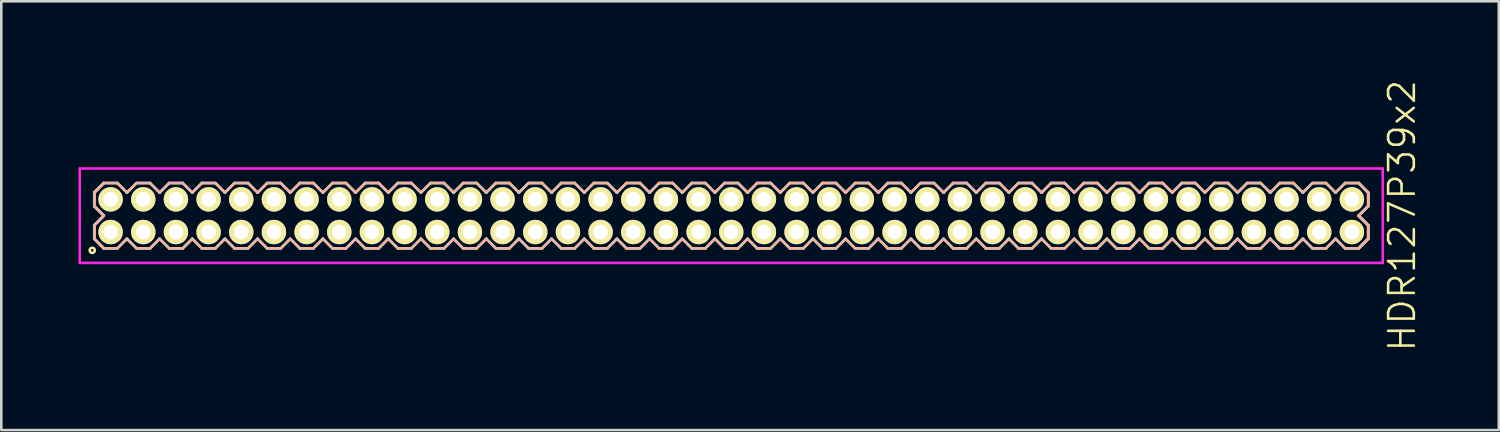
<source format=kicad_pcb>
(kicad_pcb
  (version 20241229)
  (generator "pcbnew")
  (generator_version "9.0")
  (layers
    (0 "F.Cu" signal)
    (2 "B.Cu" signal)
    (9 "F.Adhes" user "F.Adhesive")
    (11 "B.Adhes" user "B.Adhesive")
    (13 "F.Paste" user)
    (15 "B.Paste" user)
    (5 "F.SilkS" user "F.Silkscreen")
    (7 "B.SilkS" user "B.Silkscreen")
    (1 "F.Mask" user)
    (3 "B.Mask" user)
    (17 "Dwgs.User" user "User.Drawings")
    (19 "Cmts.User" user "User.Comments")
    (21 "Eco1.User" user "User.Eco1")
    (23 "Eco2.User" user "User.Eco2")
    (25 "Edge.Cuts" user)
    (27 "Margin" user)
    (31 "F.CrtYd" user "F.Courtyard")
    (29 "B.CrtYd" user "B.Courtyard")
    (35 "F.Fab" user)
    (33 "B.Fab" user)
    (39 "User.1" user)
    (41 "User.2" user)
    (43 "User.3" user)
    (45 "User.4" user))
  (footprint "HDR127P39x2"
    (layer "F.Cu")
    (at 25.38 5.336)
    (property "Reference" "HDR127P39x2" (at 26.08 0 90) (layer "F.SilkS") (effects (font (size 1 1) (thickness 0.1))))
    (attr through_hole)
    (fp_line (start -24.765 -0.898) (end -24.393 -1.27) (stroke (width 0.1) (type solid)) (layer "F.SilkS"))
    (fp_line (start -24.765 -0.898) (end -24.393 -1.27) (stroke (width 0.1) (type solid)) (layer "F.SilkS"))
    (fp_line (start -24.765 -0.372) (end -24.765 -0.898) (stroke (width 0.1) (type solid)) (layer "F.SilkS"))
    (fp_line (start -24.765 -0.372) (end -24.765 -0.898) (stroke (width 0.1) (type solid)) (layer "F.SilkS"))
    (fp_line (start -24.765 0.372) (end -24.393 0) (stroke (width 0.1) (type solid)) (layer "F.SilkS"))
    (fp_line (start -24.765 0.372) (end -24.393 0) (stroke (width 0.1) (type solid)) (layer "F.SilkS"))
    (fp_line (start -24.765 0.898) (end -24.765 0.372) (stroke (width 0.1) (type solid)) (layer "F.SilkS"))
    (fp_line (start -24.765 0.898) (end -24.765 0.372) (stroke (width 0.1) (type solid)) (layer "F.SilkS"))
    (fp_line (start -24.393 -1.27) (end -23.867 -1.27) (stroke (width 0.1) (type solid)) (layer "F.SilkS"))
    (fp_line (start -24.393 0) (end -24.765 -0.372) (stroke (width 0.1) (type solid)) (layer "F.SilkS"))
    (fp_line (start -24.393 0) (end -24.765 -0.372) (stroke (width 0.1) (type solid)) (layer "F.SilkS"))
    (fp_line (start -24.393 1.27) (end -24.765 0.898) (stroke (width 0.1) (type solid)) (layer "F.SilkS"))
    (fp_line (start -24.393 1.27) (end -24.765 0.898) (stroke (width 0.1) (type solid)) (layer "F.SilkS"))
    (fp_line (start -23.867 -1.27) (end -23.495 -0.898) (stroke (width 0.1) (type solid)) (layer "F.SilkS"))
    (fp_line (start -23.867 1.27) (end -24.393 1.27) (stroke (width 0.1) (type solid)) (layer "F.SilkS"))
    (fp_line (start -23.495 -0.898) (end -23.123 -1.27) (stroke (width 0.1) (type solid)) (layer "F.SilkS"))
    (fp_line (start -23.495 0.898) (end -23.867 1.27) (stroke (width 0.1) (type solid)) (layer "F.SilkS"))
    (fp_line (start -23.123 -1.27) (end -22.597 -1.27) (stroke (width 0.1) (type solid)) (layer "F.SilkS"))
    (fp_line (start -23.123 1.27) (end -23.495 0.898) (stroke (width 0.1) (type solid)) (layer "F.SilkS"))
    (fp_line (start -22.597 -1.27) (end -22.225 -0.898) (stroke (width 0.1) (type solid)) (layer "F.SilkS"))
    (fp_line (start -22.597 1.27) (end -23.123 1.27) (stroke (width 0.1) (type solid)) (layer "F.SilkS"))
    (fp_line (start -22.225 -0.898) (end -21.853 -1.27) (stroke (width 0.1) (type solid)) (layer "F.SilkS"))
    (fp_line (start -22.225 0.898) (end -22.597 1.27) (stroke (width 0.1) (type solid)) (layer "F.SilkS"))
    (fp_line (start -21.853 -1.27) (end -21.327 -1.27) (stroke (width 0.1) (type solid)) (layer "F.SilkS"))
    (fp_line (start -21.853 1.27) (end -22.225 0.898) (stroke (width 0.1) (type solid)) (layer "F.SilkS"))
    (fp_line (start -21.327 -1.27) (end -20.955 -0.898) (stroke (width 0.1) (type solid)) (layer "F.SilkS"))
    (fp_line (start -21.327 1.27) (end -21.853 1.27) (stroke (width 0.1) (type solid)) (layer "F.SilkS"))
    (fp_line (start -20.955 -0.898) (end -20.583 -1.27) (stroke (width 0.1) (type solid)) (layer "F.SilkS"))
    (fp_line (start -20.955 0.898) (end -21.327 1.27) (stroke (width 0.1) (type solid)) (layer "F.SilkS"))
    (fp_line (start -20.583 -1.27) (end -20.057 -1.27) (stroke (width 0.1) (type solid)) (layer "F.SilkS"))
    (fp_line (start -20.583 1.27) (end -20.955 0.898) (stroke (width 0.1) (type solid)) (layer "F.SilkS"))
    (fp_line (start -20.057 -1.27) (end -19.685 -0.898) (stroke (width 0.1) (type solid)) (layer "F.SilkS"))
    (fp_line (start -20.057 1.27) (end -20.583 1.27) (stroke (width 0.1) (type solid)) (layer "F.SilkS"))
    (fp_line (start -19.685 -0.898) (end -19.313 -1.27) (stroke (width 0.1) (type solid)) (layer "F.SilkS"))
    (fp_line (start -19.685 0.898) (end -20.057 1.27) (stroke (width 0.1) (type solid)) (layer "F.SilkS"))
    (fp_line (start -19.313 -1.27) (end -18.787 -1.27) (stroke (width 0.1) (type solid)) (layer "F.SilkS"))
    (fp_line (start -19.313 1.27) (end -19.685 0.898) (stroke (width 0.1) (type solid)) (layer "F.SilkS"))
    (fp_line (start -18.787 -1.27) (end -18.415 -0.898) (stroke (width 0.1) (type solid)) (layer "F.SilkS"))
    (fp_line (start -18.787 1.27) (end -19.313 1.27) (stroke (width 0.1) (type solid)) (layer "F.SilkS"))
    (fp_line (start -18.415 -0.898) (end -18.043 -1.27) (stroke (width 0.1) (type solid)) (layer "F.SilkS"))
    (fp_line (start -18.415 0.898) (end -18.787 1.27) (stroke (width 0.1) (type solid)) (layer "F.SilkS"))
    (fp_line (start -18.043 -1.27) (end -17.517 -1.27) (stroke (width 0.1) (type solid)) (layer "F.SilkS"))
    (fp_line (start -18.043 1.27) (end -18.415 0.898) (stroke (width 0.1) (type solid)) (layer "F.SilkS"))
    (fp_line (start -17.517 -1.27) (end -17.145 -0.898) (stroke (width 0.1) (type solid)) (layer "F.SilkS"))
    (fp_line (start -17.517 1.27) (end -18.043 1.27) (stroke (width 0.1) (type solid)) (layer "F.SilkS"))
    (fp_line (start -17.145 -0.898) (end -16.773 -1.27) (stroke (width 0.1) (type solid)) (layer "F.SilkS"))
    (fp_line (start -17.145 0.898) (end -17.517 1.27) (stroke (width 0.1) (type solid)) (layer "F.SilkS"))
    (fp_line (start -16.773 -1.27) (end -16.247 -1.27) (stroke (width 0.1) (type solid)) (layer "F.SilkS"))
    (fp_line (start -16.773 1.27) (end -17.145 0.898) (stroke (width 0.1) (type solid)) (layer "F.SilkS"))
    (fp_line (start -16.247 -1.27) (end -15.875 -0.898) (stroke (width 0.1) (type solid)) (layer "F.SilkS"))
    (fp_line (start -16.247 1.27) (end -16.773 1.27) (stroke (width 0.1) (type solid)) (layer "F.SilkS"))
    (fp_line (start -15.875 -0.898) (end -15.503 -1.27) (stroke (width 0.1) (type solid)) (layer "F.SilkS"))
    (fp_line (start -15.875 0.898) (end -16.247 1.27) (stroke (width 0.1) (type solid)) (layer "F.SilkS"))
    (fp_line (start -15.503 -1.27) (end -14.977 -1.27) (stroke (width 0.1) (type solid)) (layer "F.SilkS"))
    (fp_line (start -15.503 1.27) (end -15.875 0.898) (stroke (width 0.1) (type solid)) (layer "F.SilkS"))
    (fp_line (start -14.977 -1.27) (end -14.605 -0.898) (stroke (width 0.1) (type solid)) (layer "F.SilkS"))
    (fp_line (start -14.977 1.27) (end -15.503 1.27) (stroke (width 0.1) (type solid)) (layer "F.SilkS"))
    (fp_line (start -14.605 -0.898) (end -14.233 -1.27) (stroke (width 0.1) (type solid)) (layer "F.SilkS"))
    (fp_line (start -14.605 0.898) (end -14.977 1.27) (stroke (width 0.1) (type solid)) (layer "F.SilkS"))
    (fp_line (start -14.233 -1.27) (end -13.707 -1.27) (stroke (width 0.1) (type solid)) (layer "F.SilkS"))
    (fp_line (start -14.233 1.27) (end -14.605 0.898) (stroke (width 0.1) (type solid)) (layer "F.SilkS"))
    (fp_line (start -13.707 -1.27) (end -13.335 -0.898) (stroke (width 0.1) (type solid)) (layer "F.SilkS"))
    (fp_line (start -13.707 1.27) (end -14.233 1.27) (stroke (width 0.1) (type solid)) (layer "F.SilkS"))
    (fp_line (start -13.335 -0.898) (end -12.963 -1.27) (stroke (width 0.1) (type solid)) (layer "F.SilkS"))
    (fp_line (start -13.335 0.898) (end -13.707 1.27) (stroke (width 0.1) (type solid)) (layer "F.SilkS"))
    (fp_line (start -12.963 -1.27) (end -12.437 -1.27) (stroke (width 0.1) (type solid)) (layer "F.SilkS"))
    (fp_line (start -12.963 1.27) (end -13.335 0.898) (stroke (width 0.1) (type solid)) (layer "F.SilkS"))
    (fp_line (start -12.437 -1.27) (end -12.065 -0.898) (stroke (width 0.1) (type solid)) (layer "F.SilkS"))
    (fp_line (start -12.437 1.27) (end -12.963 1.27) (stroke (width 0.1) (type solid)) (layer "F.SilkS"))
    (fp_line (start -12.065 -0.898) (end -11.693 -1.27) (stroke (width 0.1) (type solid)) (layer "F.SilkS"))
    (fp_line (start -12.065 0.898) (end -12.437 1.27) (stroke (width 0.1) (type solid)) (layer "F.SilkS"))
    (fp_line (start -11.693 -1.27) (end -11.167 -1.27) (stroke (width 0.1) (type solid)) (layer "F.SilkS"))
    (fp_line (start -11.693 1.27) (end -12.065 0.898) (stroke (width 0.1) (type solid)) (layer "F.SilkS"))
    (fp_line (start -11.167 -1.27) (end -10.795 -0.898) (stroke (width 0.1) (type solid)) (layer "F.SilkS"))
    (fp_line (start -11.167 1.27) (end -11.693 1.27) (stroke (width 0.1) (type solid)) (layer "F.SilkS"))
    (fp_line (start -10.795 -0.898) (end -10.423 -1.27) (stroke (width 0.1) (type solid)) (layer "F.SilkS"))
    (fp_line (start -10.795 0.898) (end -11.167 1.27) (stroke (width 0.1) (type solid)) (layer "F.SilkS"))
    (fp_line (start -10.423 -1.27) (end -9.897 -1.27) (stroke (width 0.1) (type solid)) (layer "F.SilkS"))
    (fp_line (start -10.423 1.27) (end -10.795 0.898) (stroke (width 0.1) (type solid)) (layer "F.SilkS"))
    (fp_line (start -9.897 -1.27) (end -9.525 -0.898) (stroke (width 0.1) (type solid)) (layer "F.SilkS"))
    (fp_line (start -9.897 1.27) (end -10.423 1.27) (stroke (width 0.1) (type solid)) (layer "F.SilkS"))
    (fp_line (start -9.525 -0.898) (end -9.153 -1.27) (stroke (width 0.1) (type solid)) (layer "F.SilkS"))
    (fp_line (start -9.525 0.898) (end -9.897 1.27) (stroke (width 0.1) (type solid)) (layer "F.SilkS"))
    (fp_line (start -9.153 -1.27) (end -8.627 -1.27) (stroke (width 0.1) (type solid)) (layer "F.SilkS"))
    (fp_line (start -9.153 1.27) (end -9.525 0.898) (stroke (width 0.1) (type solid)) (layer "F.SilkS"))
    (fp_line (start -8.627 -1.27) (end -8.255 -0.898) (stroke (width 0.1) (type solid)) (layer "F.SilkS"))
    (fp_line (start -8.627 1.27) (end -9.153 1.27) (stroke (width 0.1) (type solid)) (layer "F.SilkS"))
    (fp_line (start -8.255 -0.898) (end -7.883 -1.27) (stroke (width 0.1) (type solid)) (layer "F.SilkS"))
    (fp_line (start -8.255 0.898) (end -8.627 1.27) (stroke (width 0.1) (type solid)) (layer "F.SilkS"))
    (fp_line (start -7.883 -1.27) (end -7.357 -1.27) (stroke (width 0.1) (type solid)) (layer "F.SilkS"))
    (fp_line (start -7.883 1.27) (end -8.255 0.898) (stroke (width 0.1) (type solid)) (layer "F.SilkS"))
    (fp_line (start -7.357 -1.27) (end -6.985 -0.898) (stroke (width 0.1) (type solid)) (layer "F.SilkS"))
    (fp_line (start -7.357 1.27) (end -7.883 1.27) (stroke (width 0.1) (type solid)) (layer "F.SilkS"))
    (fp_line (start -6.985 -0.898) (end -6.613 -1.27) (stroke (width 0.1) (type solid)) (layer "F.SilkS"))
    (fp_line (start -6.985 0.898) (end -7.357 1.27) (stroke (width 0.1) (type solid)) (layer "F.SilkS"))
    (fp_line (start -6.613 -1.27) (end -6.087 -1.27) (stroke (width 0.1) (type solid)) (layer "F.SilkS"))
    (fp_line (start -6.613 1.27) (end -6.985 0.898) (stroke (width 0.1) (type solid)) (layer "F.SilkS"))
    (fp_line (start -6.087 -1.27) (end -5.715 -0.898) (stroke (width 0.1) (type solid)) (layer "F.SilkS"))
    (fp_line (start -6.087 1.27) (end -6.613 1.27) (stroke (width 0.1) (type solid)) (layer "F.SilkS"))
    (fp_line (start -5.715 -0.898) (end -5.343 -1.27) (stroke (width 0.1) (type solid)) (layer "F.SilkS"))
    (fp_line (start -5.715 0.898) (end -6.087 1.27) (stroke (width 0.1) (type solid)) (layer "F.SilkS"))
    (fp_line (start -5.343 -1.27) (end -4.817 -1.27) (stroke (width 0.1) (type solid)) (layer "F.SilkS"))
    (fp_line (start -5.343 1.27) (end -5.715 0.898) (stroke (width 0.1) (type solid)) (layer "F.SilkS"))
    (fp_line (start -4.817 -1.27) (end -4.445 -0.898) (stroke (width 0.1) (type solid)) (layer "F.SilkS"))
    (fp_line (start -4.817 1.27) (end -5.343 1.27) (stroke (width 0.1) (type solid)) (layer "F.SilkS"))
    (fp_line (start -4.445 -0.898) (end -4.073 -1.27) (stroke (width 0.1) (type solid)) (layer "F.SilkS"))
    (fp_line (start -4.445 0.898) (end -4.817 1.27) (stroke (width 0.1) (type solid)) (layer "F.SilkS"))
    (fp_line (start -4.073 -1.27) (end -3.547 -1.27) (stroke (width 0.1) (type solid)) (layer "F.SilkS"))
    (fp_line (start -4.073 1.27) (end -4.445 0.898) (stroke (width 0.1) (type solid)) (layer "F.SilkS"))
    (fp_line (start -3.547 -1.27) (end -3.175 -0.898) (stroke (width 0.1) (type solid)) (layer "F.SilkS"))
    (fp_line (start -3.547 1.27) (end -4.073 1.27) (stroke (width 0.1) (type solid)) (layer "F.SilkS"))
    (fp_line (start -3.175 -0.898) (end -2.803 -1.27) (stroke (width 0.1) (type solid)) (layer "F.SilkS"))
    (fp_line (start -3.175 0.898) (end -3.547 1.27) (stroke (width 0.1) (type solid)) (layer "F.SilkS"))
    (fp_line (start -2.803 -1.27) (end -2.277 -1.27) (stroke (width 0.1) (type solid)) (layer "F.SilkS"))
    (fp_line (start -2.803 1.27) (end -3.175 0.898) (stroke (width 0.1) (type solid)) (layer "F.SilkS"))
    (fp_line (start -2.277 -1.27) (end -1.905 -0.898) (stroke (width 0.1) (type solid)) (layer "F.SilkS"))
    (fp_line (start -2.277 1.27) (end -2.803 1.27) (stroke (width 0.1) (type solid)) (layer "F.SilkS"))
    (fp_line (start -1.905 -0.898) (end -1.533 -1.27) (stroke (width 0.1) (type solid)) (layer "F.SilkS"))
    (fp_line (start -1.905 0.898) (end -2.277 1.27) (stroke (width 0.1) (type solid)) (layer "F.SilkS"))
    (fp_line (start -1.533 -1.27) (end -1.007 -1.27) (stroke (width 0.1) (type solid)) (layer "F.SilkS"))
    (fp_line (start -1.533 1.27) (end -1.905 0.898) (stroke (width 0.1) (type solid)) (layer "F.SilkS"))
    (fp_line (start -1.007 -1.27) (end -0.635 -0.898) (stroke (width 0.1) (type solid)) (layer "F.SilkS"))
    (fp_line (start -1.007 1.27) (end -1.533 1.27) (stroke (width 0.1) (type solid)) (layer "F.SilkS"))
    (fp_line (start -0.635 -0.898) (end -0.263 -1.27) (stroke (width 0.1) (type solid)) (layer "F.SilkS"))
    (fp_line (start -0.635 0.898) (end -1.007 1.27) (stroke (width 0.1) (type solid)) (layer "F.SilkS"))
    (fp_line (start -0.263 -1.27) (end 0.263 -1.27) (stroke (width 0.1) (type solid)) (layer "F.SilkS"))
    (fp_line (start -0.263 1.27) (end -0.635 0.898) (stroke (width 0.1) (type solid)) (layer "F.SilkS"))
    (fp_line (start 0.263 -1.27) (end 0.635 -0.898) (stroke (width 0.1) (type solid)) (layer "F.SilkS"))
    (fp_line (start 0.263 1.27) (end -0.263 1.27) (stroke (width 0.1) (type solid)) (layer "F.SilkS"))
    (fp_line (start 0.635 -0.898) (end 1.007 -1.27) (stroke (width 0.1) (type solid)) (layer "F.SilkS"))
    (fp_line (start 0.635 0.898) (end 0.263 1.27) (stroke (width 0.1) (type solid)) (layer "F.SilkS"))
    (fp_line (start 1.007 -1.27) (end 1.533 -1.27) (stroke (width 0.1) (type solid)) (layer "F.SilkS"))
    (fp_line (start 1.007 1.27) (end 0.635 0.898) (stroke (width 0.1) (type solid)) (layer "F.SilkS"))
    (fp_line (start 1.533 -1.27) (end 1.905 -0.898) (stroke (width 0.1) (type solid)) (layer "F.SilkS"))
    (fp_line (start 1.533 1.27) (end 1.007 1.27) (stroke (width 0.1) (type solid)) (layer "F.SilkS"))
    (fp_line (start 1.905 -0.898) (end 2.277 -1.27) (stroke (width 0.1) (type solid)) (layer "F.SilkS"))
    (fp_line (start 1.905 0.898) (end 1.533 1.27) (stroke (width 0.1) (type solid)) (layer "F.SilkS"))
    (fp_line (start 2.277 -1.27) (end 2.803 -1.27) (stroke (width 0.1) (type solid)) (layer "F.SilkS"))
    (fp_line (start 2.277 1.27) (end 1.905 0.898) (stroke (width 0.1) (type solid)) (layer "F.SilkS"))
    (fp_line (start 2.803 -1.27) (end 3.175 -0.898) (stroke (width 0.1) (type solid)) (layer "F.SilkS"))
    (fp_line (start 2.803 1.27) (end 2.277 1.27) (stroke (width 0.1) (type solid)) (layer "F.SilkS"))
    (fp_line (start 3.175 -0.898) (end 3.547 -1.27) (stroke (width 0.1) (type solid)) (layer "F.SilkS"))
    (fp_line (start 3.175 0.898) (end 2.803 1.27) (stroke (width 0.1) (type solid)) (layer "F.SilkS"))
    (fp_line (start 3.547 -1.27) (end 4.073 -1.27) (stroke (width 0.1) (type solid)) (layer "F.SilkS"))
    (fp_line (start 3.547 1.27) (end 3.175 0.898) (stroke (width 0.1) (type solid)) (layer "F.SilkS"))
    (fp_line (start 4.073 -1.27) (end 4.445 -0.898) (stroke (width 0.1) (type solid)) (layer "F.SilkS"))
    (fp_line (start 4.073 1.27) (end 3.547 1.27) (stroke (width 0.1) (type solid)) (layer "F.SilkS"))
    (fp_line (start 4.445 -0.898) (end 4.817 -1.27) (stroke (width 0.1) (type solid)) (layer "F.SilkS"))
    (fp_line (start 4.445 0.898) (end 4.073 1.27) (stroke (width 0.1) (type solid)) (layer "F.SilkS"))
    (fp_line (start 4.817 -1.27) (end 5.343 -1.27) (stroke (width 0.1) (type solid)) (layer "F.SilkS"))
    (fp_line (start 4.817 1.27) (end 4.445 0.898) (stroke (width 0.1) (type solid)) (layer "F.SilkS"))
    (fp_line (start 5.343 -1.27) (end 5.715 -0.898) (stroke (width 0.1) (type solid)) (layer "F.SilkS"))
    (fp_line (start 5.343 1.27) (end 4.817 1.27) (stroke (width 0.1) (type solid)) (layer "F.SilkS"))
    (fp_line (start 5.715 -0.898) (end 6.087 -1.27) (stroke (width 0.1) (type solid)) (layer "F.SilkS"))
    (fp_line (start 5.715 0.898) (end 5.343 1.27) (stroke (width 0.1) (type solid)) (layer "F.SilkS"))
    (fp_line (start 6.087 -1.27) (end 6.613 -1.27) (stroke (width 0.1) (type solid)) (layer "F.SilkS"))
    (fp_line (start 6.087 1.27) (end 5.715 0.898) (stroke (width 0.1) (type solid)) (layer "F.SilkS"))
    (fp_line (start 6.613 -1.27) (end 6.985 -0.898) (stroke (width 0.1) (type solid)) (layer "F.SilkS"))
    (fp_line (start 6.613 1.27) (end 6.087 1.27) (stroke (width 0.1) (type solid)) (layer "F.SilkS"))
    (fp_line (start 6.985 -0.898) (end 7.357 -1.27) (stroke (width 0.1) (type solid)) (layer "F.SilkS"))
    (fp_line (start 6.985 0.898) (end 6.613 1.27) (stroke (width 0.1) (type solid)) (layer "F.SilkS"))
    (fp_line (start 7.357 -1.27) (end 7.883 -1.27) (stroke (width 0.1) (type solid)) (layer "F.SilkS"))
    (fp_line (start 7.357 1.27) (end 6.985 0.898) (stroke (width 0.1) (type solid)) (layer "F.SilkS"))
    (fp_line (start 7.883 -1.27) (end 8.255 -0.898) (stroke (width 0.1) (type solid)) (layer "F.SilkS"))
    (fp_line (start 7.883 1.27) (end 7.357 1.27) (stroke (width 0.1) (type solid)) (layer "F.SilkS"))
    (fp_line (start 8.255 -0.898) (end 8.627 -1.27) (stroke (width 0.1) (type solid)) (layer "F.SilkS"))
    (fp_line (start 8.255 0.898) (end 7.883 1.27) (stroke (width 0.1) (type solid)) (layer "F.SilkS"))
    (fp_line (start 8.627 -1.27) (end 9.153 -1.27) (stroke (width 0.1) (type solid)) (layer "F.SilkS"))
    (fp_line (start 8.627 1.27) (end 8.255 0.898) (stroke (width 0.1) (type solid)) (layer "F.SilkS"))
    (fp_line (start 9.153 -1.27) (end 9.525 -0.898) (stroke (width 0.1) (type solid)) (layer "F.SilkS"))
    (fp_line (start 9.153 1.27) (end 8.627 1.27) (stroke (width 0.1) (type solid)) (layer "F.SilkS"))
    (fp_line (start 9.525 -0.898) (end 9.897 -1.27) (stroke (width 0.1) (type solid)) (layer "F.SilkS"))
    (fp_line (start 9.525 0.898) (end 9.153 1.27) (stroke (width 0.1) (type solid)) (layer "F.SilkS"))
    (fp_line (start 9.897 -1.27) (end 10.423 -1.27) (stroke (width 0.1) (type solid)) (layer "F.SilkS"))
    (fp_line (start 9.897 1.27) (end 9.525 0.898) (stroke (width 0.1) (type solid)) (layer "F.SilkS"))
    (fp_line (start 10.423 -1.27) (end 10.795 -0.898) (stroke (width 0.1) (type solid)) (layer "F.SilkS"))
    (fp_line (start 10.423 1.27) (end 9.897 1.27) (stroke (width 0.1) (type solid)) (layer "F.SilkS"))
    (fp_line (start 10.795 -0.898) (end 11.167 -1.27) (stroke (width 0.1) (type solid)) (layer "F.SilkS"))
    (fp_line (start 10.795 0.898) (end 10.423 1.27) (stroke (width 0.1) (type solid)) (layer "F.SilkS"))
    (fp_line (start 11.167 -1.27) (end 11.693 -1.27) (stroke (width 0.1) (type solid)) (layer "F.SilkS"))
    (fp_line (start 11.167 1.27) (end 10.795 0.898) (stroke (width 0.1) (type solid)) (layer "F.SilkS"))
    (fp_line (start 11.693 -1.27) (end 12.065 -0.898) (stroke (width 0.1) (type solid)) (layer "F.SilkS"))
    (fp_line (start 11.693 1.27) (end 11.167 1.27) (stroke (width 0.1) (type solid)) (layer "F.SilkS"))
    (fp_line (start 12.065 -0.898) (end 12.437 -1.27) (stroke (width 0.1) (type solid)) (layer "F.SilkS"))
    (fp_line (start 12.065 0.898) (end 11.693 1.27) (stroke (width 0.1) (type solid)) (layer "F.SilkS"))
    (fp_line (start 12.437 -1.27) (end 12.963 -1.27) (stroke (width 0.1) (type solid)) (layer "F.SilkS"))
    (fp_line (start 12.437 1.27) (end 12.065 0.898) (stroke (width 0.1) (type solid)) (layer "F.SilkS"))
    (fp_line (start 12.963 -1.27) (end 13.335 -0.898) (stroke (width 0.1) (type solid)) (layer "F.SilkS"))
    (fp_line (start 12.963 1.27) (end 12.437 1.27) (stroke (width 0.1) (type solid)) (layer "F.SilkS"))
    (fp_line (start 13.335 -0.898) (end 13.707 -1.27) (stroke (width 0.1) (type solid)) (layer "F.SilkS"))
    (fp_line (start 13.335 0.898) (end 12.963 1.27) (stroke (width 0.1) (type solid)) (layer "F.SilkS"))
    (fp_line (start 13.707 -1.27) (end 14.233 -1.27) (stroke (width 0.1) (type solid)) (layer "F.SilkS"))
    (fp_line (start 13.707 1.27) (end 13.335 0.898) (stroke (width 0.1) (type solid)) (layer "F.SilkS"))
    (fp_line (start 14.233 -1.27) (end 14.605 -0.898) (stroke (width 0.1) (type solid)) (layer "F.SilkS"))
    (fp_line (start 14.233 1.27) (end 13.707 1.27) (stroke (width 0.1) (type solid)) (layer "F.SilkS"))
    (fp_line (start 14.605 -0.898) (end 14.977 -1.27) (stroke (width 0.1) (type solid)) (layer "F.SilkS"))
    (fp_line (start 14.605 0.898) (end 14.233 1.27) (stroke (width 0.1) (type solid)) (layer "F.SilkS"))
    (fp_line (start 14.977 -1.27) (end 15.503 -1.27) (stroke (width 0.1) (type solid)) (layer "F.SilkS"))
    (fp_line (start 14.977 1.27) (end 14.605 0.898) (stroke (width 0.1) (type solid)) (layer "F.SilkS"))
    (fp_line (start 15.503 -1.27) (end 15.875 -0.898) (stroke (width 0.1) (type solid)) (layer "F.SilkS"))
    (fp_line (start 15.503 1.27) (end 14.977 1.27) (stroke (width 0.1) (type solid)) (layer "F.SilkS"))
    (fp_line (start 15.875 -0.898) (end 16.247 -1.27) (stroke (width 0.1) (type solid)) (layer "F.SilkS"))
    (fp_line (start 15.875 0.898) (end 15.503 1.27) (stroke (width 0.1) (type solid)) (layer "F.SilkS"))
    (fp_line (start 16.247 -1.27) (end 16.773 -1.27) (stroke (width 0.1) (type solid)) (layer "F.SilkS"))
    (fp_line (start 16.247 1.27) (end 15.875 0.898) (stroke (width 0.1) (type solid)) (layer "F.SilkS"))
    (fp_line (start 16.773 -1.27) (end 17.145 -0.898) (stroke (width 0.1) (type solid)) (layer "F.SilkS"))
    (fp_line (start 16.773 1.27) (end 16.247 1.27) (stroke (width 0.1) (type solid)) (layer "F.SilkS"))
    (fp_line (start 17.145 -0.898) (end 17.517 -1.27) (stroke (width 0.1) (type solid)) (layer "F.SilkS"))
    (fp_line (start 17.145 0.898) (end 16.773 1.27) (stroke (width 0.1) (type solid)) (layer "F.SilkS"))
    (fp_line (start 17.517 -1.27) (end 18.043 -1.27) (stroke (width 0.1) (type solid)) (layer "F.SilkS"))
    (fp_line (start 17.517 1.27) (end 17.145 0.898) (stroke (width 0.1) (type solid)) (layer "F.SilkS"))
    (fp_line (start 18.043 -1.27) (end 18.415 -0.898) (stroke (width 0.1) (type solid)) (layer "F.SilkS"))
    (fp_line (start 18.043 1.27) (end 17.517 1.27) (stroke (width 0.1) (type solid)) (layer "F.SilkS"))
    (fp_line (start 18.415 -0.898) (end 18.787 -1.27) (stroke (width 0.1) (type solid)) (layer "F.SilkS"))
    (fp_line (start 18.415 0.898) (end 18.043 1.27) (stroke (width 0.1) (type solid)) (layer "F.SilkS"))
    (fp_line (start 18.787 -1.27) (end 19.313 -1.27) (stroke (width 0.1) (type solid)) (layer "F.SilkS"))
    (fp_line (start 18.787 1.27) (end 18.415 0.898) (stroke (width 0.1) (type solid)) (layer "F.SilkS"))
    (fp_line (start 19.313 -1.27) (end 19.685 -0.898) (stroke (width 0.1) (type solid)) (layer "F.SilkS"))
    (fp_line (start 19.313 1.27) (end 18.787 1.27) (stroke (width 0.1) (type solid)) (layer "F.SilkS"))
    (fp_line (start 19.685 -0.898) (end 20.057 -1.27) (stroke (width 0.1) (type solid)) (layer "F.SilkS"))
    (fp_line (start 19.685 0.898) (end 19.313 1.27) (stroke (width 0.1) (type solid)) (layer "F.SilkS"))
    (fp_line (start 20.057 -1.27) (end 20.583 -1.27) (stroke (width 0.1) (type solid)) (layer "F.SilkS"))
    (fp_line (start 20.057 1.27) (end 19.685 0.898) (stroke (width 0.1) (type solid)) (layer "F.SilkS"))
    (fp_line (start 20.583 -1.27) (end 20.955 -0.898) (stroke (width 0.1) (type solid)) (layer "F.SilkS"))
    (fp_line (start 20.583 1.27) (end 20.057 1.27) (stroke (width 0.1) (type solid)) (layer "F.SilkS"))
    (fp_line (start 20.955 -0.898) (end 21.327 -1.27) (stroke (width 0.1) (type solid)) (layer "F.SilkS"))
    (fp_line (start 20.955 0.898) (end 20.583 1.27) (stroke (width 0.1) (type solid)) (layer "F.SilkS"))
    (fp_line (start 21.327 -1.27) (end 21.853 -1.27) (stroke (width 0.1) (type solid)) (layer "F.SilkS"))
    (fp_line (start 21.327 1.27) (end 20.955 0.898) (stroke (width 0.1) (type solid)) (layer "F.SilkS"))
    (fp_line (start 21.853 -1.27) (end 22.225 -0.898) (stroke (width 0.1) (type solid)) (layer "F.SilkS"))
    (fp_line (start 21.853 1.27) (end 21.327 1.27) (stroke (width 0.1) (type solid)) (layer "F.SilkS"))
    (fp_line (start 22.225 -0.898) (end 22.597 -1.27) (stroke (width 0.1) (type solid)) (layer "F.SilkS"))
    (fp_line (start 22.225 0.898) (end 21.853 1.27) (stroke (width 0.1) (type solid)) (layer "F.SilkS"))
    (fp_line (start 22.597 -1.27) (end 23.123 -1.27) (stroke (width 0.1) (type solid)) (layer "F.SilkS"))
    (fp_line (start 22.597 1.27) (end 22.225 0.898) (stroke (width 0.1) (type solid)) (layer "F.SilkS"))
    (fp_line (start 23.123 -1.27) (end 23.495 -0.898) (stroke (width 0.1) (type solid)) (layer "F.SilkS"))
    (fp_line (start 23.123 1.27) (end 22.597 1.27) (stroke (width 0.1) (type solid)) (layer "F.SilkS"))
    (fp_line (start 23.495 -0.898) (end 23.867 -1.27) (stroke (width 0.1) (type solid)) (layer "F.SilkS"))
    (fp_line (start 23.495 0.898) (end 23.123 1.27) (stroke (width 0.1) (type solid)) (layer "F.SilkS"))
    (fp_line (start 23.867 -1.27) (end 24.393 -1.27) (stroke (width 0.1) (type solid)) (layer "F.SilkS"))
    (fp_line (start 23.867 1.27) (end 23.495 0.898) (stroke (width 0.1) (type solid)) (layer "F.SilkS"))
    (fp_line (start 24.393 -1.27) (end 24.765 -0.898) (stroke (width 0.1) (type solid)) (layer "F.SilkS"))
    (fp_line (start 24.393 -1.27) (end 24.765 -0.898) (stroke (width 0.1) (type solid)) (layer "F.SilkS"))
    (fp_line (start 24.393 0) (end 24.765 0.372) (stroke (width 0.1) (type solid)) (layer "F.SilkS"))
    (fp_line (start 24.393 0) (end 24.765 0.372) (stroke (width 0.1) (type solid)) (layer "F.SilkS"))
    (fp_line (start 24.393 1.27) (end 23.867 1.27) (stroke (width 0.1) (type solid)) (layer "F.SilkS"))
    (fp_line (start 24.765 -0.898) (end 24.765 -0.372) (stroke (width 0.1) (type solid)) (layer "F.SilkS"))
    (fp_line (start 24.765 -0.898) (end 24.765 -0.372) (stroke (width 0.1) (type solid)) (layer "F.SilkS"))
    (fp_line (start 24.765 -0.372) (end 24.393 0) (stroke (width 0.1) (type solid)) (layer "F.SilkS"))
    (fp_line (start 24.765 -0.372) (end 24.393 0) (stroke (width 0.1) (type solid)) (layer "F.SilkS"))
    (fp_line (start 24.765 0.372) (end 24.765 0.898) (stroke (width 0.1) (type solid)) (layer "F.SilkS"))
    (fp_line (start 24.765 0.372) (end 24.765 0.898) (stroke (width 0.1) (type solid)) (layer "F.SilkS"))
    (fp_line (start 24.765 0.898) (end 24.393 1.27) (stroke (width 0.1) (type solid)) (layer "F.SilkS"))
    (fp_line (start 24.765 0.898) (end 24.393 1.27) (stroke (width 0.1) (type solid)) (layer "F.SilkS"))
    (fp_circle (center -24.843 1.348) (end -24.743 1.348) (stroke (width 0.1) (type solid)) (fill no) (layer "F.SilkS"))
    (fp_line (start -24.765 -0.898) (end -24.393 -1.27) (stroke (width 0.1) (type solid)) (layer "B.SilkS"))
    (fp_line (start -24.765 -0.898) (end -24.393 -1.27) (stroke (width 0.1) (type solid)) (layer "B.SilkS"))
    (fp_line (start -24.765 -0.372) (end -24.765 -0.898) (stroke (width 0.1) (type solid)) (layer "B.SilkS"))
    (fp_line (start -24.765 -0.372) (end -24.765 -0.898) (stroke (width 0.1) (type solid)) (layer "B.SilkS"))
    (fp_line (start -24.765 0.372) (end -24.393 0) (stroke (width 0.1) (type solid)) (layer "B.SilkS"))
    (fp_line (start -24.765 0.372) (end -24.393 0) (stroke (width 0.1) (type solid)) (layer "B.SilkS"))
    (fp_line (start -24.765 0.898) (end -24.765 0.372) (stroke (width 0.1) (type solid)) (layer "B.SilkS"))
    (fp_line (start -24.765 0.898) (end -24.765 0.372) (stroke (width 0.1) (type solid)) (layer "B.SilkS"))
    (fp_line (start -24.393 -1.27) (end -23.867 -1.27) (stroke (width 0.1) (type solid)) (layer "B.SilkS"))
    (fp_line (start -24.393 0) (end -24.765 -0.372) (stroke (width 0.1) (type solid)) (layer "B.SilkS"))
    (fp_line (start -24.393 0) (end -24.765 -0.372) (stroke (width 0.1) (type solid)) (layer "B.SilkS"))
    (fp_line (start -24.393 1.27) (end -24.765 0.898) (stroke (width 0.1) (type solid)) (layer "B.SilkS"))
    (fp_line (start -24.393 1.27) (end -24.765 0.898) (stroke (width 0.1) (type solid)) (layer "B.SilkS"))
    (fp_line (start -23.867 -1.27) (end -23.495 -0.898) (stroke (width 0.1) (type solid)) (layer "B.SilkS"))
    (fp_line (start -23.867 1.27) (end -24.393 1.27) (stroke (width 0.1) (type solid)) (layer "B.SilkS"))
    (fp_line (start -23.495 -0.898) (end -23.123 -1.27) (stroke (width 0.1) (type solid)) (layer "B.SilkS"))
    (fp_line (start -23.495 0.898) (end -23.867 1.27) (stroke (width 0.1) (type solid)) (layer "B.SilkS"))
    (fp_line (start -23.123 -1.27) (end -22.597 -1.27) (stroke (width 0.1) (type solid)) (layer "B.SilkS"))
    (fp_line (start -23.123 1.27) (end -23.495 0.898) (stroke (width 0.1) (type solid)) (layer "B.SilkS"))
    (fp_line (start -22.597 -1.27) (end -22.225 -0.898) (stroke (width 0.1) (type solid)) (layer "B.SilkS"))
    (fp_line (start -22.597 1.27) (end -23.123 1.27) (stroke (width 0.1) (type solid)) (layer "B.SilkS"))
    (fp_line (start -22.225 -0.898) (end -21.853 -1.27) (stroke (width 0.1) (type solid)) (layer "B.SilkS"))
    (fp_line (start -22.225 0.898) (end -22.597 1.27) (stroke (width 0.1) (type solid)) (layer "B.SilkS"))
    (fp_line (start -21.853 -1.27) (end -21.327 -1.27) (stroke (width 0.1) (type solid)) (layer "B.SilkS"))
    (fp_line (start -21.853 1.27) (end -22.225 0.898) (stroke (width 0.1) (type solid)) (layer "B.SilkS"))
    (fp_line (start -21.327 -1.27) (end -20.955 -0.898) (stroke (width 0.1) (type solid)) (layer "B.SilkS"))
    (fp_line (start -21.327 1.27) (end -21.853 1.27) (stroke (width 0.1) (type solid)) (layer "B.SilkS"))
    (fp_line (start -20.955 -0.898) (end -20.583 -1.27) (stroke (width 0.1) (type solid)) (layer "B.SilkS"))
    (fp_line (start -20.955 0.898) (end -21.327 1.27) (stroke (width 0.1) (type solid)) (layer "B.SilkS"))
    (fp_line (start -20.583 -1.27) (end -20.057 -1.27) (stroke (width 0.1) (type solid)) (layer "B.SilkS"))
    (fp_line (start -20.583 1.27) (end -20.955 0.898) (stroke (width 0.1) (type solid)) (layer "B.SilkS"))
    (fp_line (start -20.057 -1.27) (end -19.685 -0.898) (stroke (width 0.1) (type solid)) (layer "B.SilkS"))
    (fp_line (start -20.057 1.27) (end -20.583 1.27) (stroke (width 0.1) (type solid)) (layer "B.SilkS"))
    (fp_line (start -19.685 -0.898) (end -19.313 -1.27) (stroke (width 0.1) (type solid)) (layer "B.SilkS"))
    (fp_line (start -19.685 0.898) (end -20.057 1.27) (stroke (width 0.1) (type solid)) (layer "B.SilkS"))
    (fp_line (start -19.313 -1.27) (end -18.787 -1.27) (stroke (width 0.1) (type solid)) (layer "B.SilkS"))
    (fp_line (start -19.313 1.27) (end -19.685 0.898) (stroke (width 0.1) (type solid)) (layer "B.SilkS"))
    (fp_line (start -18.787 -1.27) (end -18.415 -0.898) (stroke (width 0.1) (type solid)) (layer "B.SilkS"))
    (fp_line (start -18.787 1.27) (end -19.313 1.27) (stroke (width 0.1) (type solid)) (layer "B.SilkS"))
    (fp_line (start -18.415 -0.898) (end -18.043 -1.27) (stroke (width 0.1) (type solid)) (layer "B.SilkS"))
    (fp_line (start -18.415 0.898) (end -18.787 1.27) (stroke (width 0.1) (type solid)) (layer "B.SilkS"))
    (fp_line (start -18.043 -1.27) (end -17.517 -1.27) (stroke (width 0.1) (type solid)) (layer "B.SilkS"))
    (fp_line (start -18.043 1.27) (end -18.415 0.898) (stroke (width 0.1) (type solid)) (layer "B.SilkS"))
    (fp_line (start -17.517 -1.27) (end -17.145 -0.898) (stroke (width 0.1) (type solid)) (layer "B.SilkS"))
    (fp_line (start -17.517 1.27) (end -18.043 1.27) (stroke (width 0.1) (type solid)) (layer "B.SilkS"))
    (fp_line (start -17.145 -0.898) (end -16.773 -1.27) (stroke (width 0.1) (type solid)) (layer "B.SilkS"))
    (fp_line (start -17.145 0.898) (end -17.517 1.27) (stroke (width 0.1) (type solid)) (layer "B.SilkS"))
    (fp_line (start -16.773 -1.27) (end -16.247 -1.27) (stroke (width 0.1) (type solid)) (layer "B.SilkS"))
    (fp_line (start -16.773 1.27) (end -17.145 0.898) (stroke (width 0.1) (type solid)) (layer "B.SilkS"))
    (fp_line (start -16.247 -1.27) (end -15.875 -0.898) (stroke (width 0.1) (type solid)) (layer "B.SilkS"))
    (fp_line (start -16.247 1.27) (end -16.773 1.27) (stroke (width 0.1) (type solid)) (layer "B.SilkS"))
    (fp_line (start -15.875 -0.898) (end -15.503 -1.27) (stroke (width 0.1) (type solid)) (layer "B.SilkS"))
    (fp_line (start -15.875 0.898) (end -16.247 1.27) (stroke (width 0.1) (type solid)) (layer "B.SilkS"))
    (fp_line (start -15.503 -1.27) (end -14.977 -1.27) (stroke (width 0.1) (type solid)) (layer "B.SilkS"))
    (fp_line (start -15.503 1.27) (end -15.875 0.898) (stroke (width 0.1) (type solid)) (layer "B.SilkS"))
    (fp_line (start -14.977 -1.27) (end -14.605 -0.898) (stroke (width 0.1) (type solid)) (layer "B.SilkS"))
    (fp_line (start -14.977 1.27) (end -15.503 1.27) (stroke (width 0.1) (type solid)) (layer "B.SilkS"))
    (fp_line (start -14.605 -0.898) (end -14.233 -1.27) (stroke (width 0.1) (type solid)) (layer "B.SilkS"))
    (fp_line (start -14.605 0.898) (end -14.977 1.27) (stroke (width 0.1) (type solid)) (layer "B.SilkS"))
    (fp_line (start -14.233 -1.27) (end -13.707 -1.27) (stroke (width 0.1) (type solid)) (layer "B.SilkS"))
    (fp_line (start -14.233 1.27) (end -14.605 0.898) (stroke (width 0.1) (type solid)) (layer "B.SilkS"))
    (fp_line (start -13.707 -1.27) (end -13.335 -0.898) (stroke (width 0.1) (type solid)) (layer "B.SilkS"))
    (fp_line (start -13.707 1.27) (end -14.233 1.27) (stroke (width 0.1) (type solid)) (layer "B.SilkS"))
    (fp_line (start -13.335 -0.898) (end -12.963 -1.27) (stroke (width 0.1) (type solid)) (layer "B.SilkS"))
    (fp_line (start -13.335 0.898) (end -13.707 1.27) (stroke (width 0.1) (type solid)) (layer "B.SilkS"))
    (fp_line (start -12.963 -1.27) (end -12.437 -1.27) (stroke (width 0.1) (type solid)) (layer "B.SilkS"))
    (fp_line (start -12.963 1.27) (end -13.335 0.898) (stroke (width 0.1) (type solid)) (layer "B.SilkS"))
    (fp_line (start -12.437 -1.27) (end -12.065 -0.898) (stroke (width 0.1) (type solid)) (layer "B.SilkS"))
    (fp_line (start -12.437 1.27) (end -12.963 1.27) (stroke (width 0.1) (type solid)) (layer "B.SilkS"))
    (fp_line (start -12.065 -0.898) (end -11.693 -1.27) (stroke (width 0.1) (type solid)) (layer "B.SilkS"))
    (fp_line (start -12.065 0.898) (end -12.437 1.27) (stroke (width 0.1) (type solid)) (layer "B.SilkS"))
    (fp_line (start -11.693 -1.27) (end -11.167 -1.27) (stroke (width 0.1) (type solid)) (layer "B.SilkS"))
    (fp_line (start -11.693 1.27) (end -12.065 0.898) (stroke (width 0.1) (type solid)) (layer "B.SilkS"))
    (fp_line (start -11.167 -1.27) (end -10.795 -0.898) (stroke (width 0.1) (type solid)) (layer "B.SilkS"))
    (fp_line (start -11.167 1.27) (end -11.693 1.27) (stroke (width 0.1) (type solid)) (layer "B.SilkS"))
    (fp_line (start -10.795 -0.898) (end -10.423 -1.27) (stroke (width 0.1) (type solid)) (layer "B.SilkS"))
    (fp_line (start -10.795 0.898) (end -11.167 1.27) (stroke (width 0.1) (type solid)) (layer "B.SilkS"))
    (fp_line (start -10.423 -1.27) (end -9.897 -1.27) (stroke (width 0.1) (type solid)) (layer "B.SilkS"))
    (fp_line (start -10.423 1.27) (end -10.795 0.898) (stroke (width 0.1) (type solid)) (layer "B.SilkS"))
    (fp_line (start -9.897 -1.27) (end -9.525 -0.898) (stroke (width 0.1) (type solid)) (layer "B.SilkS"))
    (fp_line (start -9.897 1.27) (end -10.423 1.27) (stroke (width 0.1) (type solid)) (layer "B.SilkS"))
    (fp_line (start -9.525 -0.898) (end -9.153 -1.27) (stroke (width 0.1) (type solid)) (layer "B.SilkS"))
    (fp_line (start -9.525 0.898) (end -9.897 1.27) (stroke (width 0.1) (type solid)) (layer "B.SilkS"))
    (fp_line (start -9.153 -1.27) (end -8.627 -1.27) (stroke (width 0.1) (type solid)) (layer "B.SilkS"))
    (fp_line (start -9.153 1.27) (end -9.525 0.898) (stroke (width 0.1) (type solid)) (layer "B.SilkS"))
    (fp_line (start -8.627 -1.27) (end -8.255 -0.898) (stroke (width 0.1) (type solid)) (layer "B.SilkS"))
    (fp_line (start -8.627 1.27) (end -9.153 1.27) (stroke (width 0.1) (type solid)) (layer "B.SilkS"))
    (fp_line (start -8.255 -0.898) (end -7.883 -1.27) (stroke (width 0.1) (type solid)) (layer "B.SilkS"))
    (fp_line (start -8.255 0.898) (end -8.627 1.27) (stroke (width 0.1) (type solid)) (layer "B.SilkS"))
    (fp_line (start -7.883 -1.27) (end -7.357 -1.27) (stroke (width 0.1) (type solid)) (layer "B.SilkS"))
    (fp_line (start -7.883 1.27) (end -8.255 0.898) (stroke (width 0.1) (type solid)) (layer "B.SilkS"))
    (fp_line (start -7.357 -1.27) (end -6.985 -0.898) (stroke (width 0.1) (type solid)) (layer "B.SilkS"))
    (fp_line (start -7.357 1.27) (end -7.883 1.27) (stroke (width 0.1) (type solid)) (layer "B.SilkS"))
    (fp_line (start -6.985 -0.898) (end -6.613 -1.27) (stroke (width 0.1) (type solid)) (layer "B.SilkS"))
    (fp_line (start -6.985 0.898) (end -7.357 1.27) (stroke (width 0.1) (type solid)) (layer "B.SilkS"))
    (fp_line (start -6.613 -1.27) (end -6.087 -1.27) (stroke (width 0.1) (type solid)) (layer "B.SilkS"))
    (fp_line (start -6.613 1.27) (end -6.985 0.898) (stroke (width 0.1) (type solid)) (layer "B.SilkS"))
    (fp_line (start -6.087 -1.27) (end -5.715 -0.898) (stroke (width 0.1) (type solid)) (layer "B.SilkS"))
    (fp_line (start -6.087 1.27) (end -6.613 1.27) (stroke (width 0.1) (type solid)) (layer "B.SilkS"))
    (fp_line (start -5.715 -0.898) (end -5.343 -1.27) (stroke (width 0.1) (type solid)) (layer "B.SilkS"))
    (fp_line (start -5.715 0.898) (end -6.087 1.27) (stroke (width 0.1) (type solid)) (layer "B.SilkS"))
    (fp_line (start -5.343 -1.27) (end -4.817 -1.27) (stroke (width 0.1) (type solid)) (layer "B.SilkS"))
    (fp_line (start -5.343 1.27) (end -5.715 0.898) (stroke (width 0.1) (type solid)) (layer "B.SilkS"))
    (fp_line (start -4.817 -1.27) (end -4.445 -0.898) (stroke (width 0.1) (type solid)) (layer "B.SilkS"))
    (fp_line (start -4.817 1.27) (end -5.343 1.27) (stroke (width 0.1) (type solid)) (layer "B.SilkS"))
    (fp_line (start -4.445 -0.898) (end -4.073 -1.27) (stroke (width 0.1) (type solid)) (layer "B.SilkS"))
    (fp_line (start -4.445 0.898) (end -4.817 1.27) (stroke (width 0.1) (type solid)) (layer "B.SilkS"))
    (fp_line (start -4.073 -1.27) (end -3.547 -1.27) (stroke (width 0.1) (type solid)) (layer "B.SilkS"))
    (fp_line (start -4.073 1.27) (end -4.445 0.898) (stroke (width 0.1) (type solid)) (layer "B.SilkS"))
    (fp_line (start -3.547 -1.27) (end -3.175 -0.898) (stroke (width 0.1) (type solid)) (layer "B.SilkS"))
    (fp_line (start -3.547 1.27) (end -4.073 1.27) (stroke (width 0.1) (type solid)) (layer "B.SilkS"))
    (fp_line (start -3.175 -0.898) (end -2.803 -1.27) (stroke (width 0.1) (type solid)) (layer "B.SilkS"))
    (fp_line (start -3.175 0.898) (end -3.547 1.27) (stroke (width 0.1) (type solid)) (layer "B.SilkS"))
    (fp_line (start -2.803 -1.27) (end -2.277 -1.27) (stroke (width 0.1) (type solid)) (layer "B.SilkS"))
    (fp_line (start -2.803 1.27) (end -3.175 0.898) (stroke (width 0.1) (type solid)) (layer "B.SilkS"))
    (fp_line (start -2.277 -1.27) (end -1.905 -0.898) (stroke (width 0.1) (type solid)) (layer "B.SilkS"))
    (fp_line (start -2.277 1.27) (end -2.803 1.27) (stroke (width 0.1) (type solid)) (layer "B.SilkS"))
    (fp_line (start -1.905 -0.898) (end -1.533 -1.27) (stroke (width 0.1) (type solid)) (layer "B.SilkS"))
    (fp_line (start -1.905 0.898) (end -2.277 1.27) (stroke (width 0.1) (type solid)) (layer "B.SilkS"))
    (fp_line (start -1.533 -1.27) (end -1.007 -1.27) (stroke (width 0.1) (type solid)) (layer "B.SilkS"))
    (fp_line (start -1.533 1.27) (end -1.905 0.898) (stroke (width 0.1) (type solid)) (layer "B.SilkS"))
    (fp_line (start -1.007 -1.27) (end -0.635 -0.898) (stroke (width 0.1) (type solid)) (layer "B.SilkS"))
    (fp_line (start -1.007 1.27) (end -1.533 1.27) (stroke (width 0.1) (type solid)) (layer "B.SilkS"))
    (fp_line (start -0.635 -0.898) (end -0.263 -1.27) (stroke (width 0.1) (type solid)) (layer "B.SilkS"))
    (fp_line (start -0.635 0.898) (end -1.007 1.27) (stroke (width 0.1) (type solid)) (layer "B.SilkS"))
    (fp_line (start -0.263 -1.27) (end 0.263 -1.27) (stroke (width 0.1) (type solid)) (layer "B.SilkS"))
    (fp_line (start -0.263 1.27) (end -0.635 0.898) (stroke (width 0.1) (type solid)) (layer "B.SilkS"))
    (fp_line (start 0.263 -1.27) (end 0.635 -0.898) (stroke (width 0.1) (type solid)) (layer "B.SilkS"))
    (fp_line (start 0.263 1.27) (end -0.263 1.27) (stroke (width 0.1) (type solid)) (layer "B.SilkS"))
    (fp_line (start 0.635 -0.898) (end 1.007 -1.27) (stroke (width 0.1) (type solid)) (layer "B.SilkS"))
    (fp_line (start 0.635 0.898) (end 0.263 1.27) (stroke (width 0.1) (type solid)) (layer "B.SilkS"))
    (fp_line (start 1.007 -1.27) (end 1.533 -1.27) (stroke (width 0.1) (type solid)) (layer "B.SilkS"))
    (fp_line (start 1.007 1.27) (end 0.635 0.898) (stroke (width 0.1) (type solid)) (layer "B.SilkS"))
    (fp_line (start 1.533 -1.27) (end 1.905 -0.898) (stroke (width 0.1) (type solid)) (layer "B.SilkS"))
    (fp_line (start 1.533 1.27) (end 1.007 1.27) (stroke (width 0.1) (type solid)) (layer "B.SilkS"))
    (fp_line (start 1.905 -0.898) (end 2.277 -1.27) (stroke (width 0.1) (type solid)) (layer "B.SilkS"))
    (fp_line (start 1.905 0.898) (end 1.533 1.27) (stroke (width 0.1) (type solid)) (layer "B.SilkS"))
    (fp_line (start 2.277 -1.27) (end 2.803 -1.27) (stroke (width 0.1) (type solid)) (layer "B.SilkS"))
    (fp_line (start 2.277 1.27) (end 1.905 0.898) (stroke (width 0.1) (type solid)) (layer "B.SilkS"))
    (fp_line (start 2.803 -1.27) (end 3.175 -0.898) (stroke (width 0.1) (type solid)) (layer "B.SilkS"))
    (fp_line (start 2.803 1.27) (end 2.277 1.27) (stroke (width 0.1) (type solid)) (layer "B.SilkS"))
    (fp_line (start 3.175 -0.898) (end 3.547 -1.27) (stroke (width 0.1) (type solid)) (layer "B.SilkS"))
    (fp_line (start 3.175 0.898) (end 2.803 1.27) (stroke (width 0.1) (type solid)) (layer "B.SilkS"))
    (fp_line (start 3.547 -1.27) (end 4.073 -1.27) (stroke (width 0.1) (type solid)) (layer "B.SilkS"))
    (fp_line (start 3.547 1.27) (end 3.175 0.898) (stroke (width 0.1) (type solid)) (layer "B.SilkS"))
    (fp_line (start 4.073 -1.27) (end 4.445 -0.898) (stroke (width 0.1) (type solid)) (layer "B.SilkS"))
    (fp_line (start 4.073 1.27) (end 3.547 1.27) (stroke (width 0.1) (type solid)) (layer "B.SilkS"))
    (fp_line (start 4.445 -0.898) (end 4.817 -1.27) (stroke (width 0.1) (type solid)) (layer "B.SilkS"))
    (fp_line (start 4.445 0.898) (end 4.073 1.27) (stroke (width 0.1) (type solid)) (layer "B.SilkS"))
    (fp_line (start 4.817 -1.27) (end 5.343 -1.27) (stroke (width 0.1) (type solid)) (layer "B.SilkS"))
    (fp_line (start 4.817 1.27) (end 4.445 0.898) (stroke (width 0.1) (type solid)) (layer "B.SilkS"))
    (fp_line (start 5.343 -1.27) (end 5.715 -0.898) (stroke (width 0.1) (type solid)) (layer "B.SilkS"))
    (fp_line (start 5.343 1.27) (end 4.817 1.27) (stroke (width 0.1) (type solid)) (layer "B.SilkS"))
    (fp_line (start 5.715 -0.898) (end 6.087 -1.27) (stroke (width 0.1) (type solid)) (layer "B.SilkS"))
    (fp_line (start 5.715 0.898) (end 5.343 1.27) (stroke (width 0.1) (type solid)) (layer "B.SilkS"))
    (fp_line (start 6.087 -1.27) (end 6.613 -1.27) (stroke (width 0.1) (type solid)) (layer "B.SilkS"))
    (fp_line (start 6.087 1.27) (end 5.715 0.898) (stroke (width 0.1) (type solid)) (layer "B.SilkS"))
    (fp_line (start 6.613 -1.27) (end 6.985 -0.898) (stroke (width 0.1) (type solid)) (layer "B.SilkS"))
    (fp_line (start 6.613 1.27) (end 6.087 1.27) (stroke (width 0.1) (type solid)) (layer "B.SilkS"))
    (fp_line (start 6.985 -0.898) (end 7.357 -1.27) (stroke (width 0.1) (type solid)) (layer "B.SilkS"))
    (fp_line (start 6.985 0.898) (end 6.613 1.27) (stroke (width 0.1) (type solid)) (layer "B.SilkS"))
    (fp_line (start 7.357 -1.27) (end 7.883 -1.27) (stroke (width 0.1) (type solid)) (layer "B.SilkS"))
    (fp_line (start 7.357 1.27) (end 6.985 0.898) (stroke (width 0.1) (type solid)) (layer "B.SilkS"))
    (fp_line (start 7.883 -1.27) (end 8.255 -0.898) (stroke (width 0.1) (type solid)) (layer "B.SilkS"))
    (fp_line (start 7.883 1.27) (end 7.357 1.27) (stroke (width 0.1) (type solid)) (layer "B.SilkS"))
    (fp_line (start 8.255 -0.898) (end 8.627 -1.27) (stroke (width 0.1) (type solid)) (layer "B.SilkS"))
    (fp_line (start 8.255 0.898) (end 7.883 1.27) (stroke (width 0.1) (type solid)) (layer "B.SilkS"))
    (fp_line (start 8.627 -1.27) (end 9.153 -1.27) (stroke (width 0.1) (type solid)) (layer "B.SilkS"))
    (fp_line (start 8.627 1.27) (end 8.255 0.898) (stroke (width 0.1) (type solid)) (layer "B.SilkS"))
    (fp_line (start 9.153 -1.27) (end 9.525 -0.898) (stroke (width 0.1) (type solid)) (layer "B.SilkS"))
    (fp_line (start 9.153 1.27) (end 8.627 1.27) (stroke (width 0.1) (type solid)) (layer "B.SilkS"))
    (fp_line (start 9.525 -0.898) (end 9.897 -1.27) (stroke (width 0.1) (type solid)) (layer "B.SilkS"))
    (fp_line (start 9.525 0.898) (end 9.153 1.27) (stroke (width 0.1) (type solid)) (layer "B.SilkS"))
    (fp_line (start 9.897 -1.27) (end 10.423 -1.27) (stroke (width 0.1) (type solid)) (layer "B.SilkS"))
    (fp_line (start 9.897 1.27) (end 9.525 0.898) (stroke (width 0.1) (type solid)) (layer "B.SilkS"))
    (fp_line (start 10.423 -1.27) (end 10.795 -0.898) (stroke (width 0.1) (type solid)) (layer "B.SilkS"))
    (fp_line (start 10.423 1.27) (end 9.897 1.27) (stroke (width 0.1) (type solid)) (layer "B.SilkS"))
    (fp_line (start 10.795 -0.898) (end 11.167 -1.27) (stroke (width 0.1) (type solid)) (layer "B.SilkS"))
    (fp_line (start 10.795 0.898) (end 10.423 1.27) (stroke (width 0.1) (type solid)) (layer "B.SilkS"))
    (fp_line (start 11.167 -1.27) (end 11.693 -1.27) (stroke (width 0.1) (type solid)) (layer "B.SilkS"))
    (fp_line (start 11.167 1.27) (end 10.795 0.898) (stroke (width 0.1) (type solid)) (layer "B.SilkS"))
    (fp_line (start 11.693 -1.27) (end 12.065 -0.898) (stroke (width 0.1) (type solid)) (layer "B.SilkS"))
    (fp_line (start 11.693 1.27) (end 11.167 1.27) (stroke (width 0.1) (type solid)) (layer "B.SilkS"))
    (fp_line (start 12.065 -0.898) (end 12.437 -1.27) (stroke (width 0.1) (type solid)) (layer "B.SilkS"))
    (fp_line (start 12.065 0.898) (end 11.693 1.27) (stroke (width 0.1) (type solid)) (layer "B.SilkS"))
    (fp_line (start 12.437 -1.27) (end 12.963 -1.27) (stroke (width 0.1) (type solid)) (layer "B.SilkS"))
    (fp_line (start 12.437 1.27) (end 12.065 0.898) (stroke (width 0.1) (type solid)) (layer "B.SilkS"))
    (fp_line (start 12.963 -1.27) (end 13.335 -0.898) (stroke (width 0.1) (type solid)) (layer "B.SilkS"))
    (fp_line (start 12.963 1.27) (end 12.437 1.27) (stroke (width 0.1) (type solid)) (layer "B.SilkS"))
    (fp_line (start 13.335 -0.898) (end 13.707 -1.27) (stroke (width 0.1) (type solid)) (layer "B.SilkS"))
    (fp_line (start 13.335 0.898) (end 12.963 1.27) (stroke (width 0.1) (type solid)) (layer "B.SilkS"))
    (fp_line (start 13.707 -1.27) (end 14.233 -1.27) (stroke (width 0.1) (type solid)) (layer "B.SilkS"))
    (fp_line (start 13.707 1.27) (end 13.335 0.898) (stroke (width 0.1) (type solid)) (layer "B.SilkS"))
    (fp_line (start 14.233 -1.27) (end 14.605 -0.898) (stroke (width 0.1) (type solid)) (layer "B.SilkS"))
    (fp_line (start 14.233 1.27) (end 13.707 1.27) (stroke (width 0.1) (type solid)) (layer "B.SilkS"))
    (fp_line (start 14.605 -0.898) (end 14.977 -1.27) (stroke (width 0.1) (type solid)) (layer "B.SilkS"))
    (fp_line (start 14.605 0.898) (end 14.233 1.27) (stroke (width 0.1) (type solid)) (layer "B.SilkS"))
    (fp_line (start 14.977 -1.27) (end 15.503 -1.27) (stroke (width 0.1) (type solid)) (layer "B.SilkS"))
    (fp_line (start 14.977 1.27) (end 14.605 0.898) (stroke (width 0.1) (type solid)) (layer "B.SilkS"))
    (fp_line (start 15.503 -1.27) (end 15.875 -0.898) (stroke (width 0.1) (type solid)) (layer "B.SilkS"))
    (fp_line (start 15.503 1.27) (end 14.977 1.27) (stroke (width 0.1) (type solid)) (layer "B.SilkS"))
    (fp_line (start 15.875 -0.898) (end 16.247 -1.27) (stroke (width 0.1) (type solid)) (layer "B.SilkS"))
    (fp_line (start 15.875 0.898) (end 15.503 1.27) (stroke (width 0.1) (type solid)) (layer "B.SilkS"))
    (fp_line (start 16.247 -1.27) (end 16.773 -1.27) (stroke (width 0.1) (type solid)) (layer "B.SilkS"))
    (fp_line (start 16.247 1.27) (end 15.875 0.898) (stroke (width 0.1) (type solid)) (layer "B.SilkS"))
    (fp_line (start 16.773 -1.27) (end 17.145 -0.898) (stroke (width 0.1) (type solid)) (layer "B.SilkS"))
    (fp_line (start 16.773 1.27) (end 16.247 1.27) (stroke (width 0.1) (type solid)) (layer "B.SilkS"))
    (fp_line (start 17.145 -0.898) (end 17.517 -1.27) (stroke (width 0.1) (type solid)) (layer "B.SilkS"))
    (fp_line (start 17.145 0.898) (end 16.773 1.27) (stroke (width 0.1) (type solid)) (layer "B.SilkS"))
    (fp_line (start 17.517 -1.27) (end 18.043 -1.27) (stroke (width 0.1) (type solid)) (layer "B.SilkS"))
    (fp_line (start 17.517 1.27) (end 17.145 0.898) (stroke (width 0.1) (type solid)) (layer "B.SilkS"))
    (fp_line (start 18.043 -1.27) (end 18.415 -0.898) (stroke (width 0.1) (type solid)) (layer "B.SilkS"))
    (fp_line (start 18.043 1.27) (end 17.517 1.27) (stroke (width 0.1) (type solid)) (layer "B.SilkS"))
    (fp_line (start 18.415 -0.898) (end 18.787 -1.27) (stroke (width 0.1) (type solid)) (layer "B.SilkS"))
    (fp_line (start 18.415 0.898) (end 18.043 1.27) (stroke (width 0.1) (type solid)) (layer "B.SilkS"))
    (fp_line (start 18.787 -1.27) (end 19.313 -1.27) (stroke (width 0.1) (type solid)) (layer "B.SilkS"))
    (fp_line (start 18.787 1.27) (end 18.415 0.898) (stroke (width 0.1) (type solid)) (layer "B.SilkS"))
    (fp_line (start 19.313 -1.27) (end 19.685 -0.898) (stroke (width 0.1) (type solid)) (layer "B.SilkS"))
    (fp_line (start 19.313 1.27) (end 18.787 1.27) (stroke (width 0.1) (type solid)) (layer "B.SilkS"))
    (fp_line (start 19.685 -0.898) (end 20.057 -1.27) (stroke (width 0.1) (type solid)) (layer "B.SilkS"))
    (fp_line (start 19.685 0.898) (end 19.313 1.27) (stroke (width 0.1) (type solid)) (layer "B.SilkS"))
    (fp_line (start 20.057 -1.27) (end 20.583 -1.27) (stroke (width 0.1) (type solid)) (layer "B.SilkS"))
    (fp_line (start 20.057 1.27) (end 19.685 0.898) (stroke (width 0.1) (type solid)) (layer "B.SilkS"))
    (fp_line (start 20.583 -1.27) (end 20.955 -0.898) (stroke (width 0.1) (type solid)) (layer "B.SilkS"))
    (fp_line (start 20.583 1.27) (end 20.057 1.27) (stroke (width 0.1) (type solid)) (layer "B.SilkS"))
    (fp_line (start 20.955 -0.898) (end 21.327 -1.27) (stroke (width 0.1) (type solid)) (layer "B.SilkS"))
    (fp_line (start 20.955 0.898) (end 20.583 1.27) (stroke (width 0.1) (type solid)) (layer "B.SilkS"))
    (fp_line (start 21.327 -1.27) (end 21.853 -1.27) (stroke (width 0.1) (type solid)) (layer "B.SilkS"))
    (fp_line (start 21.327 1.27) (end 20.955 0.898) (stroke (width 0.1) (type solid)) (layer "B.SilkS"))
    (fp_line (start 21.853 -1.27) (end 22.225 -0.898) (stroke (width 0.1) (type solid)) (layer "B.SilkS"))
    (fp_line (start 21.853 1.27) (end 21.327 1.27) (stroke (width 0.1) (type solid)) (layer "B.SilkS"))
    (fp_line (start 22.225 -0.898) (end 22.597 -1.27) (stroke (width 0.1) (type solid)) (layer "B.SilkS"))
    (fp_line (start 22.225 0.898) (end 21.853 1.27) (stroke (width 0.1) (type solid)) (layer "B.SilkS"))
    (fp_line (start 22.597 -1.27) (end 23.123 -1.27) (stroke (width 0.1) (type solid)) (layer "B.SilkS"))
    (fp_line (start 22.597 1.27) (end 22.225 0.898) (stroke (width 0.1) (type solid)) (layer "B.SilkS"))
    (fp_line (start 23.123 -1.27) (end 23.495 -0.898) (stroke (width 0.1) (type solid)) (layer "B.SilkS"))
    (fp_line (start 23.123 1.27) (end 22.597 1.27) (stroke (width 0.1) (type solid)) (layer "B.SilkS"))
    (fp_line (start 23.495 -0.898) (end 23.867 -1.27) (stroke (width 0.1) (type solid)) (layer "B.SilkS"))
    (fp_line (start 23.495 0.898) (end 23.123 1.27) (stroke (width 0.1) (type solid)) (layer "B.SilkS"))
    (fp_line (start 23.867 -1.27) (end 24.393 -1.27) (stroke (width 0.1) (type solid)) (layer "B.SilkS"))
    (fp_line (start 23.867 1.27) (end 23.495 0.898) (stroke (width 0.1) (type solid)) (layer "B.SilkS"))
    (fp_line (start 24.393 -1.27) (end 24.765 -0.898) (stroke (width 0.1) (type solid)) (layer "B.SilkS"))
    (fp_line (start 24.393 -1.27) (end 24.765 -0.898) (stroke (width 0.1) (type solid)) (layer "B.SilkS"))
    (fp_line (start 24.393 0) (end 24.765 0.372) (stroke (width 0.1) (type solid)) (layer "B.SilkS"))
    (fp_line (start 24.393 0) (end 24.765 0.372) (stroke (width 0.1) (type solid)) (layer "B.SilkS"))
    (fp_line (start 24.393 1.27) (end 23.867 1.27) (stroke (width 0.1) (type solid)) (layer "B.SilkS"))
    (fp_line (start 24.765 -0.898) (end 24.765 -0.372) (stroke (width 0.1) (type solid)) (layer "B.SilkS"))
    (fp_line (start 24.765 -0.898) (end 24.765 -0.372) (stroke (width 0.1) (type solid)) (layer "B.SilkS"))
    (fp_line (start 24.765 -0.372) (end 24.393 0) (stroke (width 0.1) (type solid)) (layer "B.SilkS"))
    (fp_line (start 24.765 -0.372) (end 24.393 0) (stroke (width 0.1) (type solid)) (layer "B.SilkS"))
    (fp_line (start 24.765 0.372) (end 24.765 0.898) (stroke (width 0.1) (type solid)) (layer "B.SilkS"))
    (fp_line (start 24.765 0.372) (end 24.765 0.898) (stroke (width 0.1) (type solid)) (layer "B.SilkS"))
    (fp_line (start 24.765 0.898) (end 24.393 1.27) (stroke (width 0.1) (type solid)) (layer "B.SilkS"))
    (fp_line (start 24.765 0.898) (end 24.393 1.27) (stroke (width 0.1) (type solid)) (layer "B.SilkS"))
    (fp_line (start -25.33 -1.835) (end -25.33 1.835) (stroke (width 0.1) (type solid)) (layer "F.CrtYd"))
    (fp_line (start -25.33 1.835) (end 25.33 1.835) (stroke (width 0.1) (type solid)) (layer "F.CrtYd"))
    (fp_line (start 25.33 -1.835) (end -25.33 -1.835) (stroke (width 0.1) (type solid)) (layer "F.CrtYd"))
    (fp_line (start 25.33 1.835) (end 25.33 -1.835) (stroke (width 0.1) (type solid)) (layer "F.CrtYd"))
    (pad "1" thru_hole oval (at -24.13 0.635) (size 0.95 0.95) (drill 0.57) (layers "*.Cu" "*.Mask" "F.SilkS"))
    (pad "2" thru_hole oval (at -24.13 -0.635) (size 0.95 0.95) (drill 0.57) (layers "*.Cu" "*.Mask" "F.SilkS"))
    (pad "3" thru_hole oval (at -22.86 0.635) (size 0.95 0.95) (drill 0.57) (layers "*.Cu" "*.Mask" "F.SilkS"))
    (pad "4" thru_hole oval (at -22.86 -0.635) (size 0.95 0.95) (drill 0.57) (layers "*.Cu" "*.Mask" "F.SilkS"))
    (pad "5" thru_hole oval (at -21.59 0.635) (size 0.95 0.95) (drill 0.57) (layers "*.Cu" "*.Mask" "F.SilkS"))
    (pad "6" thru_hole oval (at -21.59 -0.635) (size 0.95 0.95) (drill 0.57) (layers "*.Cu" "*.Mask" "F.SilkS"))
    (pad "7" thru_hole oval (at -20.32 0.635) (size 0.95 0.95) (drill 0.57) (layers "*.Cu" "*.Mask" "F.SilkS"))
    (pad "8" thru_hole oval (at -20.32 -0.635) (size 0.95 0.95) (drill 0.57) (layers "*.Cu" "*.Mask" "F.SilkS"))
    (pad "9" thru_hole oval (at -19.05 0.635) (size 0.95 0.95) (drill 0.57) (layers "*.Cu" "*.Mask" "F.SilkS"))
    (pad "10" thru_hole oval (at -19.05 -0.635) (size 0.95 0.95) (drill 0.57) (layers "*.Cu" "*.Mask" "F.SilkS"))
    (pad "11" thru_hole oval (at -17.78 0.635) (size 0.95 0.95) (drill 0.57) (layers "*.Cu" "*.Mask" "F.SilkS"))
    (pad "12" thru_hole oval (at -17.78 -0.635) (size 0.95 0.95) (drill 0.57) (layers "*.Cu" "*.Mask" "F.SilkS"))
    (pad "13" thru_hole oval (at -16.51 0.635) (size 0.95 0.95) (drill 0.57) (layers "*.Cu" "*.Mask" "F.SilkS"))
    (pad "14" thru_hole oval (at -16.51 -0.635) (size 0.95 0.95) (drill 0.57) (layers "*.Cu" "*.Mask" "F.SilkS"))
    (pad "15" thru_hole oval (at -15.24 0.635) (size 0.95 0.95) (drill 0.57) (layers "*.Cu" "*.Mask" "F.SilkS"))
    (pad "16" thru_hole oval (at -15.24 -0.635) (size 0.95 0.95) (drill 0.57) (layers "*.Cu" "*.Mask" "F.SilkS"))
    (pad "17" thru_hole oval (at -13.97 0.635) (size 0.95 0.95) (drill 0.57) (layers "*.Cu" "*.Mask" "F.SilkS"))
    (pad "18" thru_hole oval (at -13.97 -0.635) (size 0.95 0.95) (drill 0.57) (layers "*.Cu" "*.Mask" "F.SilkS"))
    (pad "19" thru_hole oval (at -12.7 0.635) (size 0.95 0.95) (drill 0.57) (layers "*.Cu" "*.Mask" "F.SilkS"))
    (pad "20" thru_hole oval (at -12.7 -0.635) (size 0.95 0.95) (drill 0.57) (layers "*.Cu" "*.Mask" "F.SilkS"))
    (pad "21" thru_hole oval (at -11.43 0.635) (size 0.95 0.95) (drill 0.57) (layers "*.Cu" "*.Mask" "F.SilkS"))
    (pad "22" thru_hole oval (at -11.43 -0.635) (size 0.95 0.95) (drill 0.57) (layers "*.Cu" "*.Mask" "F.SilkS"))
    (pad "23" thru_hole oval (at -10.16 0.635) (size 0.95 0.95) (drill 0.57) (layers "*.Cu" "*.Mask" "F.SilkS"))
    (pad "24" thru_hole oval (at -10.16 -0.635) (size 0.95 0.95) (drill 0.57) (layers "*.Cu" "*.Mask" "F.SilkS"))
    (pad "25" thru_hole oval (at -8.89 0.635) (size 0.95 0.95) (drill 0.57) (layers "*.Cu" "*.Mask" "F.SilkS"))
    (pad "26" thru_hole oval (at -8.89 -0.635) (size 0.95 0.95) (drill 0.57) (layers "*.Cu" "*.Mask" "F.SilkS"))
    (pad "27" thru_hole oval (at -7.62 0.635) (size 0.95 0.95) (drill 0.57) (layers "*.Cu" "*.Mask" "F.SilkS"))
    (pad "28" thru_hole oval (at -7.62 -0.635) (size 0.95 0.95) (drill 0.57) (layers "*.Cu" "*.Mask" "F.SilkS"))
    (pad "29" thru_hole oval (at -6.35 0.635) (size 0.95 0.95) (drill 0.57) (layers "*.Cu" "*.Mask" "F.SilkS"))
    (pad "30" thru_hole oval (at -6.35 -0.635) (size 0.95 0.95) (drill 0.57) (layers "*.Cu" "*.Mask" "F.SilkS"))
    (pad "31" thru_hole oval (at -5.08 0.635) (size 0.95 0.95) (drill 0.57) (layers "*.Cu" "*.Mask" "F.SilkS"))
    (pad "32" thru_hole oval (at -5.08 -0.635) (size 0.95 0.95) (drill 0.57) (layers "*.Cu" "*.Mask" "F.SilkS"))
    (pad "33" thru_hole oval (at -3.81 0.635) (size 0.95 0.95) (drill 0.57) (layers "*.Cu" "*.Mask" "F.SilkS"))
    (pad "34" thru_hole oval (at -3.81 -0.635) (size 0.95 0.95) (drill 0.57) (layers "*.Cu" "*.Mask" "F.SilkS"))
    (pad "35" thru_hole oval (at -2.54 0.635) (size 0.95 0.95) (drill 0.57) (layers "*.Cu" "*.Mask" "F.SilkS"))
    (pad "36" thru_hole oval (at -2.54 -0.635) (size 0.95 0.95) (drill 0.57) (layers "*.Cu" "*.Mask" "F.SilkS"))
    (pad "37" thru_hole oval (at -1.27 0.635) (size 0.95 0.95) (drill 0.57) (layers "*.Cu" "*.Mask" "F.SilkS"))
    (pad "38" thru_hole oval (at -1.27 -0.635) (size 0.95 0.95) (drill 0.57) (layers "*.Cu" "*.Mask" "F.SilkS"))
    (pad "39" thru_hole oval (at 0 0.635) (size 0.95 0.95) (drill 0.57) (layers "*.Cu" "*.Mask" "F.SilkS"))
    (pad "40" thru_hole oval (at 0 -0.635) (size 0.95 0.95) (drill 0.57) (layers "*.Cu" "*.Mask" "F.SilkS"))
    (pad "41" thru_hole oval (at 1.27 0.635) (size 0.95 0.95) (drill 0.57) (layers "*.Cu" "*.Mask" "F.SilkS"))
    (pad "42" thru_hole oval (at 1.27 -0.635) (size 0.95 0.95) (drill 0.57) (layers "*.Cu" "*.Mask" "F.SilkS"))
    (pad "43" thru_hole oval (at 2.54 0.635) (size 0.95 0.95) (drill 0.57) (layers "*.Cu" "*.Mask" "F.SilkS"))
    (pad "44" thru_hole oval (at 2.54 -0.635) (size 0.95 0.95) (drill 0.57) (layers "*.Cu" "*.Mask" "F.SilkS"))
    (pad "45" thru_hole oval (at 3.81 0.635) (size 0.95 0.95) (drill 0.57) (layers "*.Cu" "*.Mask" "F.SilkS"))
    (pad "46" thru_hole oval (at 3.81 -0.635) (size 0.95 0.95) (drill 0.57) (layers "*.Cu" "*.Mask" "F.SilkS"))
    (pad "47" thru_hole oval (at 5.08 0.635) (size 0.95 0.95) (drill 0.57) (layers "*.Cu" "*.Mask" "F.SilkS"))
    (pad "48" thru_hole oval (at 5.08 -0.635) (size 0.95 0.95) (drill 0.57) (layers "*.Cu" "*.Mask" "F.SilkS"))
    (pad "49" thru_hole oval (at 6.35 0.635) (size 0.95 0.95) (drill 0.57) (layers "*.Cu" "*.Mask" "F.SilkS"))
    (pad "50" thru_hole oval (at 6.35 -0.635) (size 0.95 0.95) (drill 0.57) (layers "*.Cu" "*.Mask" "F.SilkS"))
    (pad "51" thru_hole oval (at 7.62 0.635) (size 0.95 0.95) (drill 0.57) (layers "*.Cu" "*.Mask" "F.SilkS"))
    (pad "52" thru_hole oval (at 7.62 -0.635) (size 0.95 0.95) (drill 0.57) (layers "*.Cu" "*.Mask" "F.SilkS"))
    (pad "53" thru_hole oval (at 8.89 0.635) (size 0.95 0.95) (drill 0.57) (layers "*.Cu" "*.Mask" "F.SilkS"))
    (pad "54" thru_hole oval (at 8.89 -0.635) (size 0.95 0.95) (drill 0.57) (layers "*.Cu" "*.Mask" "F.SilkS"))
    (pad "55" thru_hole oval (at 10.16 0.635) (size 0.95 0.95) (drill 0.57) (layers "*.Cu" "*.Mask" "F.SilkS"))
    (pad "56" thru_hole oval (at 10.16 -0.635) (size 0.95 0.95) (drill 0.57) (layers "*.Cu" "*.Mask" "F.SilkS"))
    (pad "57" thru_hole oval (at 11.43 0.635) (size 0.95 0.95) (drill 0.57) (layers "*.Cu" "*.Mask" "F.SilkS"))
    (pad "58" thru_hole oval (at 11.43 -0.635) (size 0.95 0.95) (drill 0.57) (layers "*.Cu" "*.Mask" "F.SilkS"))
    (pad "59" thru_hole oval (at 12.7 0.635) (size 0.95 0.95) (drill 0.57) (layers "*.Cu" "*.Mask" "F.SilkS"))
    (pad "60" thru_hole oval (at 12.7 -0.635) (size 0.95 0.95) (drill 0.57) (layers "*.Cu" "*.Mask" "F.SilkS"))
    (pad "61" thru_hole oval (at 13.97 0.635) (size 0.95 0.95) (drill 0.57) (layers "*.Cu" "*.Mask" "F.SilkS"))
    (pad "62" thru_hole oval (at 13.97 -0.635) (size 0.95 0.95) (drill 0.57) (layers "*.Cu" "*.Mask" "F.SilkS"))
    (pad "63" thru_hole oval (at 15.24 0.635) (size 0.95 0.95) (drill 0.57) (layers "*.Cu" "*.Mask" "F.SilkS"))
    (pad "64" thru_hole oval (at 15.24 -0.635) (size 0.95 0.95) (drill 0.57) (layers "*.Cu" "*.Mask" "F.SilkS"))
    (pad "65" thru_hole oval (at 16.51 0.635) (size 0.95 0.95) (drill 0.57) (layers "*.Cu" "*.Mask" "F.SilkS"))
    (pad "66" thru_hole oval (at 16.51 -0.635) (size 0.95 0.95) (drill 0.57) (layers "*.Cu" "*.Mask" "F.SilkS"))
    (pad "67" thru_hole oval (at 17.78 0.635) (size 0.95 0.95) (drill 0.57) (layers "*.Cu" "*.Mask" "F.SilkS"))
    (pad "68" thru_hole oval (at 17.78 -0.635) (size 0.95 0.95) (drill 0.57) (layers "*.Cu" "*.Mask" "F.SilkS"))
    (pad "69" thru_hole oval (at 19.05 0.635) (size 0.95 0.95) (drill 0.57) (layers "*.Cu" "*.Mask" "F.SilkS"))
    (pad "70" thru_hole oval (at 19.05 -0.635) (size 0.95 0.95) (drill 0.57) (layers "*.Cu" "*.Mask" "F.SilkS"))
    (pad "71" thru_hole oval (at 20.32 0.635) (size 0.95 0.95) (drill 0.57) (layers "*.Cu" "*.Mask" "F.SilkS"))
    (pad "72" thru_hole oval (at 20.32 -0.635) (size 0.95 0.95) (drill 0.57) (layers "*.Cu" "*.Mask" "F.SilkS"))
    (pad "73" thru_hole oval (at 21.59 0.635) (size 0.95 0.95) (drill 0.57) (layers "*.Cu" "*.Mask" "F.SilkS"))
    (pad "74" thru_hole oval (at 21.59 -0.635) (size 0.95 0.95) (drill 0.57) (layers "*.Cu" "*.Mask" "F.SilkS"))
    (pad "75" thru_hole oval (at 22.86 0.635) (size 0.95 0.95) (drill 0.57) (layers "*.Cu" "*.Mask" "F.SilkS"))
    (pad "76" thru_hole oval (at 22.86 -0.635) (size 0.95 0.95) (drill 0.57) (layers "*.Cu" "*.Mask" "F.SilkS"))
    (pad "77" thru_hole oval (at 24.13 0.635) (size 0.95 0.95) (drill 0.57) (layers "*.Cu" "*.Mask" "F.SilkS"))
    (pad "78" thru_hole oval (at 24.13 -0.635) (size 0.95 0.95) (drill 0.57) (layers "*.Cu" "*.Mask" "F.SilkS")))
  (gr_rect
    (start -3 -3)
    (end 55.221 13.671)
    (stroke (width 0.1) (type default))
    (fill no)
    (layer "Edge.Cuts")))
</source>
